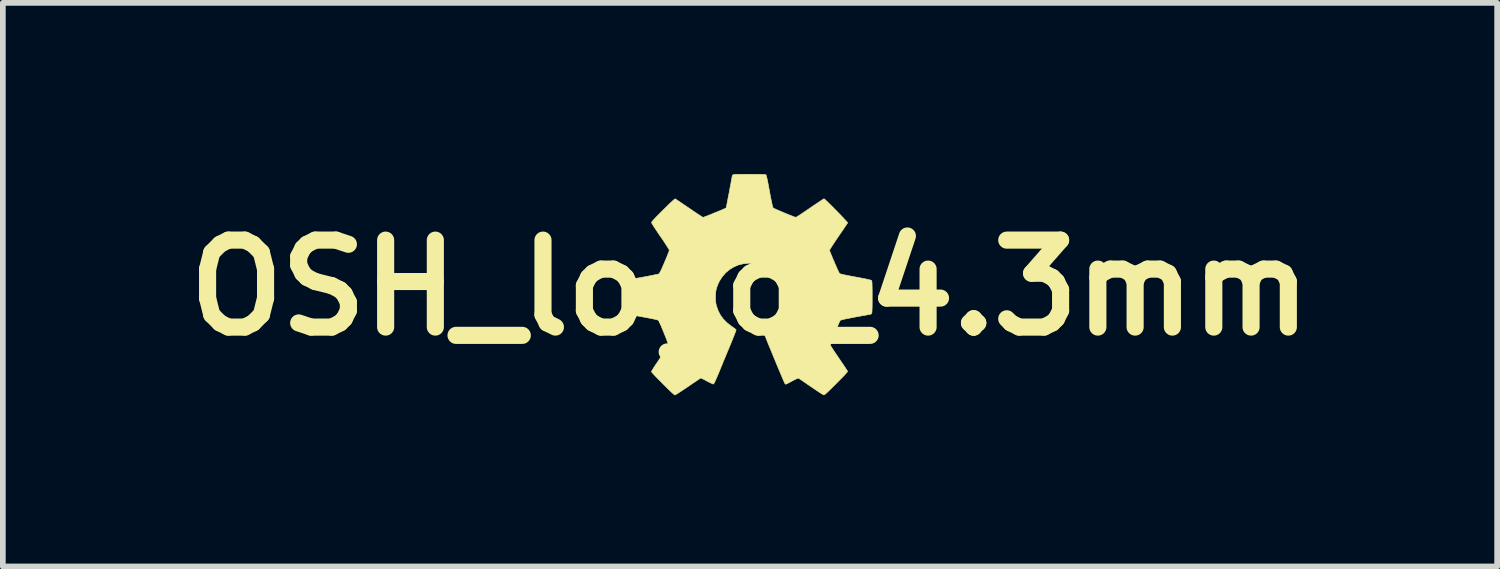
<source format=kicad_pcb>
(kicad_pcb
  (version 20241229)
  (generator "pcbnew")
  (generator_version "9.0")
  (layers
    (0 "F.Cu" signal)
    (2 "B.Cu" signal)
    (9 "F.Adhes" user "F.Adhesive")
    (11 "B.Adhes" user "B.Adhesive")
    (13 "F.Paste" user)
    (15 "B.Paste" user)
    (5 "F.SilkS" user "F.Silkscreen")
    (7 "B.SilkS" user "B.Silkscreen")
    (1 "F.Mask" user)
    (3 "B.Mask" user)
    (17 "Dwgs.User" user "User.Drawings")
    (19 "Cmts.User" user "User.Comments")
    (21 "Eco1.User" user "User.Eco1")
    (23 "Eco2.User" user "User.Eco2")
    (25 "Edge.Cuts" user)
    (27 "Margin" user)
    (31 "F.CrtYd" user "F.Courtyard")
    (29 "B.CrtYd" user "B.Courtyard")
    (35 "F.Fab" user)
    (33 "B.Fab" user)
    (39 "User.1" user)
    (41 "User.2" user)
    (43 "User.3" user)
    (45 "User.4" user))
  (footprint "OSH_logo_4.3mm"
    (layer "F.Cu")
    (at 10.095 1.993)
    (property "Reference" "OSH_logo_4.3mm" (at 0 0 0) (layer "F.SilkS") (effects (font (size 1.524 1.524) (thickness 0.3))))
    (attr through_hole)
    (fp_poly (pts (xy 0.064 -1.988) (xy 0.126 -1.988) (xy 0.176 -1.987) (xy 0.215 -1.986) (xy 0.243 -1.985) (xy 0.263 -1.983) (xy 0.274 -1.981) (xy 0.278 -1.979) (xy 0.282 -1.973) (xy 0.287 -1.958) (xy 0.293 -1.935) (xy 0.301 -1.901) (xy 0.31 -1.857) (xy 0.321 -1.8) (xy 0.334 -1.731) (xy 0.341 -1.691) (xy 0.356 -1.611) (xy 0.369 -1.545) (xy 0.38 -1.493) (xy 0.389 -1.452) (xy 0.396 -1.423) (xy 0.402 -1.406) (xy 0.405 -1.399) (xy 0.415 -1.394) (xy 0.435 -1.384) (xy 0.465 -1.37) (xy 0.502 -1.354) (xy 0.545 -1.336) (xy 0.589 -1.317) (xy 0.635 -1.298) (xy 0.679 -1.28) (xy 0.72 -1.264) (xy 0.755 -1.25) (xy 0.782 -1.24) (xy 0.799 -1.235) (xy 0.803 -1.234) (xy 0.811 -1.238) (xy 0.83 -1.249) (xy 0.858 -1.267) (xy 0.894 -1.29) (xy 0.936 -1.319) (xy 0.984 -1.351) (xy 1.036 -1.386) (xy 1.052 -1.397) (xy 1.104 -1.433) (xy 1.153 -1.466) (xy 1.197 -1.495) (xy 1.234 -1.52) (xy 1.264 -1.54) (xy 1.285 -1.553) (xy 1.295 -1.56) (xy 1.296 -1.56) (xy 1.304 -1.555) (xy 1.32 -1.541) (xy 1.343 -1.519) (xy 1.372 -1.491) (xy 1.406 -1.458) (xy 1.443 -1.421) (xy 1.482 -1.381) (xy 1.522 -1.341) (xy 1.561 -1.301) (xy 1.599 -1.262) (xy 1.633 -1.226) (xy 1.662 -1.195) (xy 1.686 -1.169) (xy 1.702 -1.15) (xy 1.71 -1.14) (xy 1.711 -1.138) (xy 1.706 -1.13) (xy 1.694 -1.112) (xy 1.675 -1.084) (xy 1.651 -1.048) (xy 1.623 -1.006) (xy 1.59 -0.959) (xy 1.555 -0.908) (xy 1.55 -0.9) (xy 1.515 -0.849) (xy 1.483 -0.801) (xy 1.454 -0.757) (xy 1.43 -0.72) (xy 1.411 -0.69) (xy 1.399 -0.669) (xy 1.393 -0.659) (xy 1.393 -0.658) (xy 1.396 -0.647) (xy 1.404 -0.626) (xy 1.416 -0.595) (xy 1.432 -0.557) (xy 1.449 -0.514) (xy 1.469 -0.469) (xy 1.488 -0.423) (xy 1.508 -0.378) (xy 1.526 -0.337) (xy 1.542 -0.302) (xy 1.555 -0.274) (xy 1.564 -0.257) (xy 1.568 -0.252) (xy 1.574 -0.247) (xy 1.588 -0.242) (xy 1.609 -0.237) (xy 1.638 -0.23) (xy 1.678 -0.221) (xy 1.729 -0.211) (xy 1.793 -0.199) (xy 1.851 -0.188) (xy 1.927 -0.174) (xy 1.988 -0.162) (xy 2.038 -0.152) (xy 2.076 -0.143) (xy 2.103 -0.137) (xy 2.121 -0.131) (xy 2.13 -0.127) (xy 2.132 -0.125) (xy 2.134 -0.118) (xy 2.136 -0.104) (xy 2.138 -0.082) (xy 2.139 -0.05) (xy 2.14 -0.007) (xy 2.141 0.047) (xy 2.141 0.114) (xy 2.141 0.164) (xy 2.141 0.236) (xy 2.141 0.295) (xy 2.14 0.341) (xy 2.139 0.378) (xy 2.138 0.405) (xy 2.137 0.425) (xy 2.135 0.439) (xy 2.133 0.447) (xy 2.13 0.452) (xy 2.129 0.453) (xy 2.119 0.462) (xy 2.114 0.464) (xy 2.106 0.466) (xy 2.085 0.469) (xy 2.054 0.475) (xy 2.013 0.483) (xy 1.964 0.491) (xy 1.909 0.502) (xy 1.851 0.512) (xy 1.775 0.527) (xy 1.712 0.539) (xy 1.662 0.549) (xy 1.625 0.558) (xy 1.599 0.565) (xy 1.585 0.57) (xy 1.581 0.572) (xy 1.576 0.582) (xy 1.566 0.603) (xy 1.552 0.634) (xy 1.536 0.672) (xy 1.518 0.715) (xy 1.499 0.761) (xy 1.48 0.809) (xy 1.462 0.856) (xy 1.445 0.9) (xy 1.43 0.938) (xy 1.418 0.97) (xy 1.411 0.993) (xy 1.408 1.004) (xy 1.408 1.004) (xy 1.412 1.013) (xy 1.423 1.032) (xy 1.441 1.061) (xy 1.464 1.097) (xy 1.492 1.139) (xy 1.524 1.186) (xy 1.558 1.236) (xy 1.592 1.287) (xy 1.624 1.333) (xy 1.652 1.375) (xy 1.676 1.411) (xy 1.694 1.439) (xy 1.706 1.458) (xy 1.71 1.466) (xy 1.706 1.474) (xy 1.692 1.491) (xy 1.668 1.517) (xy 1.636 1.552) (xy 1.595 1.594) (xy 1.547 1.642) (xy 1.511 1.679) (xy 1.458 1.731) (xy 1.415 1.774) (xy 1.381 1.807) (xy 1.353 1.833) (xy 1.332 1.853) (xy 1.316 1.866) (xy 1.305 1.874) (xy 1.297 1.878) (xy 1.291 1.878) (xy 1.291 1.878) (xy 1.281 1.873) (xy 1.261 1.861) (xy 1.231 1.843) (xy 1.195 1.819) (xy 1.153 1.791) (xy 1.106 1.759) (xy 1.071 1.735) (xy 1.022 1.702) (xy 0.977 1.671) (xy 0.937 1.643) (xy 0.903 1.62) (xy 0.877 1.603) (xy 0.86 1.592) (xy 0.854 1.588) (xy 0.849 1.586) (xy 0.841 1.587) (xy 0.83 1.59) (xy 0.813 1.597) (xy 0.79 1.608) (xy 0.758 1.624) (xy 0.717 1.646) (xy 0.67 1.671) (xy 0.646 1.683) (xy 0.631 1.689) (xy 0.621 1.689) (xy 0.614 1.684) (xy 0.614 1.684) (xy 0.61 1.675) (xy 0.6 1.654) (xy 0.586 1.623) (xy 0.568 1.582) (xy 0.548 1.533) (xy 0.524 1.477) (xy 0.498 1.416) (xy 0.471 1.351) (xy 0.443 1.283) (xy 0.414 1.214) (xy 0.386 1.144) (xy 0.358 1.077) (xy 0.331 1.011) (xy 0.306 0.95) (xy 0.284 0.894) (xy 0.264 0.845) (xy 0.248 0.803) (xy 0.235 0.772) (xy 0.228 0.75) (xy 0.225 0.741) (xy 0.231 0.728) (xy 0.251 0.712) (xy 0.267 0.701) (xy 0.35 0.643) (xy 0.422 0.577) (xy 0.481 0.505) (xy 0.527 0.426) (xy 0.561 0.342) (xy 0.58 0.253) (xy 0.586 0.202) (xy 0.584 0.108) (xy 0.569 0.019) (xy 0.541 -0.066) (xy 0.501 -0.145) (xy 0.449 -0.217) (xy 0.386 -0.281) (xy 0.313 -0.335) (xy 0.25 -0.37) (xy 0.182 -0.399) (xy 0.117 -0.418) (xy 0.05 -0.428) (xy -0.018 -0.43) (xy -0.111 -0.422) (xy -0.199 -0.401) (xy -0.282 -0.366) (xy -0.358 -0.32) (xy -0.426 -0.263) (xy -0.486 -0.195) (xy -0.536 -0.117) (xy -0.551 -0.086) (xy -0.573 -0.034) (xy -0.589 0.013) (xy -0.599 0.06) (xy -0.604 0.112) (xy -0.605 0.171) (xy -0.604 0.214) (xy -0.602 0.247) (xy -0.598 0.276) (xy -0.592 0.303) (xy -0.585 0.329) (xy -0.556 0.409) (xy -0.518 0.481) (xy -0.47 0.546) (xy -0.411 0.607) (xy -0.339 0.665) (xy -0.31 0.685) (xy -0.284 0.704) (xy -0.262 0.72) (xy -0.248 0.732) (xy -0.244 0.737) (xy -0.246 0.745) (xy -0.253 0.766) (xy -0.264 0.796) (xy -0.279 0.835) (xy -0.297 0.881) (xy -0.318 0.932) (xy -0.333 0.97) (xy -0.36 1.035) (xy -0.391 1.109) (xy -0.424 1.189) (xy -0.458 1.27) (xy -0.49 1.349) (xy -0.52 1.421) (xy -0.527 1.439) (xy -0.557 1.512) (xy -0.583 1.572) (xy -0.604 1.62) (xy -0.621 1.656) (xy -0.633 1.678) (xy -0.64 1.687) (xy -0.64 1.688) (xy -0.651 1.686) (xy -0.672 1.677) (xy -0.703 1.663) (xy -0.74 1.644) (xy -0.754 1.637) (xy -0.789 1.618) (xy -0.819 1.602) (xy -0.843 1.59) (xy -0.858 1.583) (xy -0.862 1.582) (xy -0.869 1.586) (xy -0.887 1.597) (xy -0.914 1.615) (xy -0.948 1.638) (xy -0.99 1.666) (xy -1.036 1.697) (xy -1.085 1.731) (xy -1.135 1.765) (xy -1.182 1.796) (xy -1.224 1.824) (xy -1.26 1.847) (xy -1.289 1.865) (xy -1.308 1.876) (xy -1.317 1.88) (xy -1.327 1.874) (xy -1.346 1.858) (xy -1.376 1.832) (xy -1.415 1.795) (xy -1.464 1.747) (xy -1.522 1.689) (xy -1.529 1.682) (xy -1.587 1.623) (xy -1.636 1.574) (xy -1.674 1.534) (xy -1.702 1.503) (xy -1.72 1.482) (xy -1.727 1.47) (xy -1.727 1.469) (xy -1.723 1.46) (xy -1.712 1.44) (xy -1.694 1.412) (xy -1.671 1.375) (xy -1.643 1.333) (xy -1.611 1.286) (xy -1.578 1.237) (xy -1.541 1.182) (xy -1.507 1.131) (xy -1.479 1.088) (xy -1.456 1.052) (xy -1.44 1.025) (xy -1.431 1.009) (xy -1.43 1.004) (xy -1.432 0.992) (xy -1.44 0.969) (xy -1.451 0.937) (xy -1.466 0.898) (xy -1.483 0.854) (xy -1.502 0.807) (xy -1.521 0.76) (xy -1.54 0.713) (xy -1.558 0.67) (xy -1.574 0.632) (xy -1.587 0.602) (xy -1.597 0.581) (xy -1.603 0.572) (xy -1.611 0.568) (xy -1.631 0.562) (xy -1.661 0.554) (xy -1.703 0.545) (xy -1.758 0.534) (xy -1.825 0.521) (xy -1.876 0.512) (xy -1.946 0.499) (xy -2.003 0.488) (xy -2.048 0.479) (xy -2.083 0.472) (xy -2.109 0.465) (xy -2.128 0.46) (xy -2.14 0.456) (xy -2.147 0.451) (xy -2.15 0.449) (xy -2.153 0.444) (xy -2.156 0.437) (xy -2.158 0.426) (xy -2.16 0.411) (xy -2.161 0.389) (xy -2.162 0.359) (xy -2.162 0.32) (xy -2.162 0.27) (xy -2.163 0.208) (xy -2.163 0.16) (xy -2.163 0.085) (xy -2.162 0.023) (xy -2.161 -0.026) (xy -2.16 -0.064) (xy -2.159 -0.092) (xy -2.157 -0.111) (xy -2.155 -0.122) (xy -2.154 -0.125) (xy -2.147 -0.129) (xy -2.131 -0.135) (xy -2.106 -0.141) (xy -2.071 -0.149) (xy -2.024 -0.158) (xy -1.965 -0.17) (xy -1.893 -0.183) (xy -1.883 -0.185) (xy -1.823 -0.196) (xy -1.766 -0.207) (xy -1.715 -0.217) (xy -1.672 -0.226) (xy -1.637 -0.233) (xy -1.613 -0.238) (xy -1.603 -0.241) (xy -1.596 -0.244) (xy -1.589 -0.251) (xy -1.582 -0.263) (xy -1.572 -0.281) (xy -1.559 -0.307) (xy -1.543 -0.342) (xy -1.524 -0.387) (xy -1.499 -0.444) (xy -1.478 -0.494) (xy -1.458 -0.541) (xy -1.442 -0.583) (xy -1.428 -0.617) (xy -1.419 -0.642) (xy -1.415 -0.656) (xy -1.415 -0.657) (xy -1.419 -0.668) (xy -1.432 -0.691) (xy -1.452 -0.723) (xy -1.479 -0.765) (xy -1.513 -0.817) (xy -1.554 -0.877) (xy -1.569 -0.898) (xy -1.604 -0.949) (xy -1.636 -0.997) (xy -1.665 -1.041) (xy -1.689 -1.078) (xy -1.708 -1.108) (xy -1.72 -1.129) (xy -1.725 -1.139) (xy -1.725 -1.139) (xy -1.725 -1.145) (xy -1.721 -1.153) (xy -1.713 -1.164) (xy -1.701 -1.18) (xy -1.682 -1.2) (xy -1.657 -1.227) (xy -1.624 -1.261) (xy -1.583 -1.302) (xy -1.532 -1.353) (xy -1.525 -1.36) (xy -1.466 -1.418) (xy -1.417 -1.467) (xy -1.377 -1.504) (xy -1.346 -1.532) (xy -1.325 -1.55) (xy -1.313 -1.558) (xy -1.311 -1.558) (xy -1.303 -1.553) (xy -1.284 -1.541) (xy -1.256 -1.522) (xy -1.22 -1.498) (xy -1.178 -1.469) (xy -1.13 -1.437) (xy -1.079 -1.402) (xy -1.067 -1.394) (xy -1.015 -1.358) (xy -0.967 -1.326) (xy -0.923 -1.296) (xy -0.886 -1.272) (xy -0.856 -1.253) (xy -0.835 -1.24) (xy -0.824 -1.234) (xy -0.823 -1.234) (xy -0.814 -1.236) (xy -0.793 -1.244) (xy -0.763 -1.255) (xy -0.725 -1.27) (xy -0.682 -1.287) (xy -0.651 -1.3) (xy -0.59 -1.325) (xy -0.54 -1.345) (xy -0.502 -1.361) (xy -0.473 -1.374) (xy -0.451 -1.383) (xy -0.437 -1.39) (xy -0.427 -1.395) (xy -0.422 -1.399) (xy -0.419 -1.403) (xy -0.417 -1.407) (xy -0.417 -1.407) (xy -0.415 -1.416) (xy -0.411 -1.437) (xy -0.404 -1.469) (xy -0.397 -1.509) (xy -0.388 -1.556) (xy -0.378 -1.607) (xy -0.367 -1.661) (xy -0.357 -1.716) (xy -0.347 -1.77) (xy -0.337 -1.821) (xy -0.329 -1.867) (xy -0.322 -1.905) (xy -0.316 -1.935) (xy -0.313 -1.954) (xy -0.312 -1.961) (xy -0.308 -1.969) (xy -0.301 -1.977) (xy -0.296 -1.98) (xy -0.289 -1.982) (xy -0.276 -1.984) (xy -0.258 -1.986) (xy -0.233 -1.987) (xy -0.198 -1.988) (xy -0.154 -1.988) (xy -0.098 -1.988) (xy -0.03 -1.988) (xy -0.012 -1.988) (xy 0.064 -1.988)) (stroke (width 0.01) (type solid)) (fill yes) (layer "F.SilkS")))
  (gr_rect
    (start -3 -3)
    (end 23.189 6.878)
    (stroke (width 0.1) (type default))
    (fill no)
    (layer "Edge.Cuts")))
</source>
